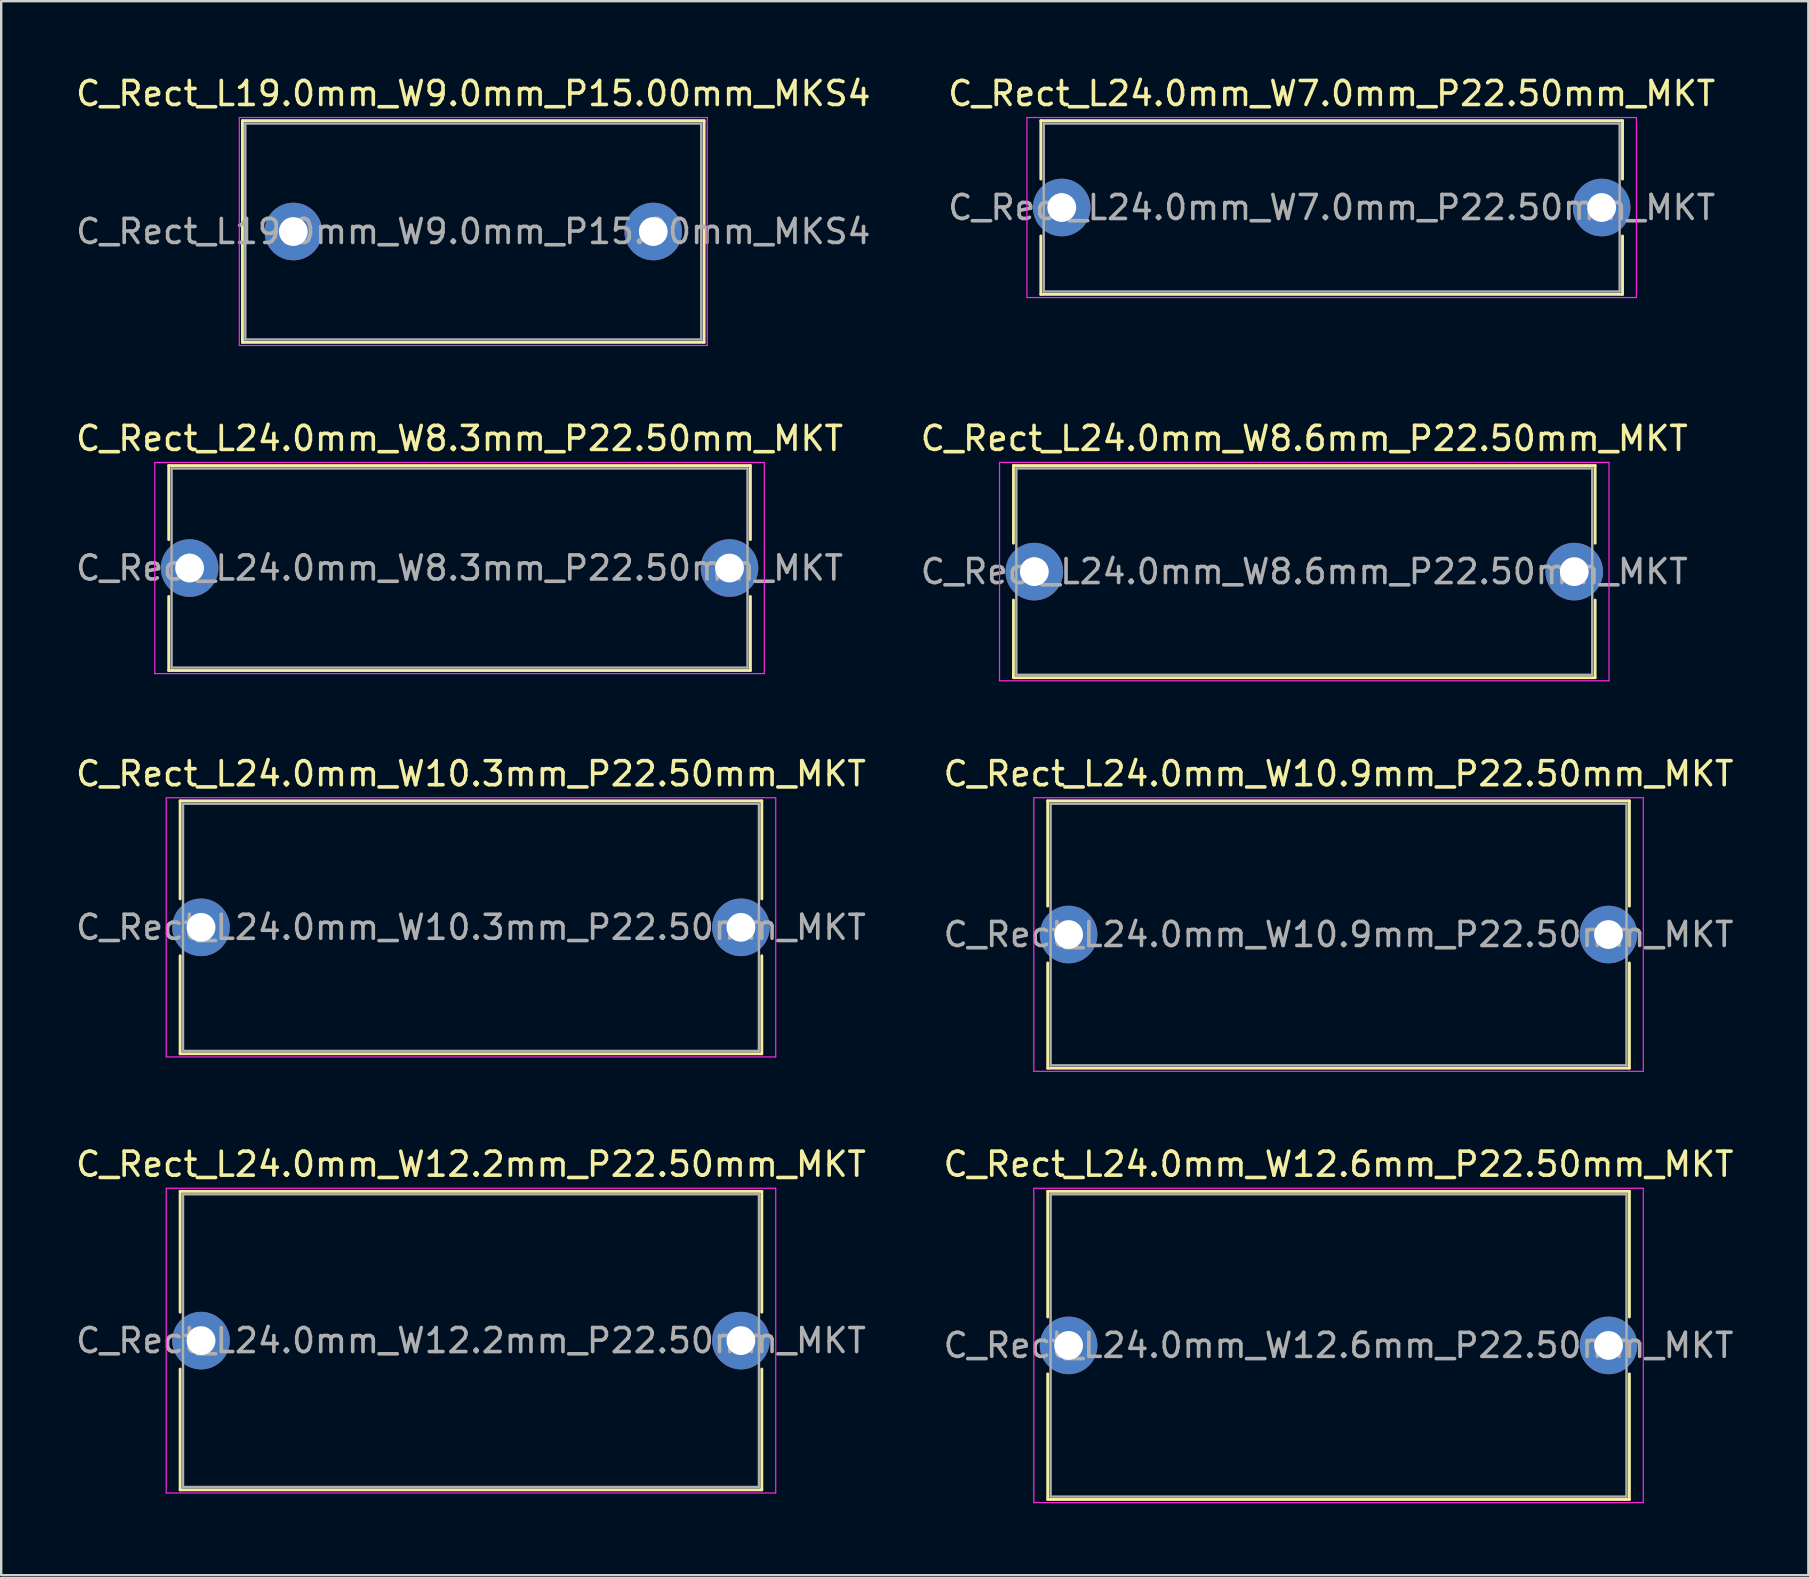
<source format=kicad_pcb>
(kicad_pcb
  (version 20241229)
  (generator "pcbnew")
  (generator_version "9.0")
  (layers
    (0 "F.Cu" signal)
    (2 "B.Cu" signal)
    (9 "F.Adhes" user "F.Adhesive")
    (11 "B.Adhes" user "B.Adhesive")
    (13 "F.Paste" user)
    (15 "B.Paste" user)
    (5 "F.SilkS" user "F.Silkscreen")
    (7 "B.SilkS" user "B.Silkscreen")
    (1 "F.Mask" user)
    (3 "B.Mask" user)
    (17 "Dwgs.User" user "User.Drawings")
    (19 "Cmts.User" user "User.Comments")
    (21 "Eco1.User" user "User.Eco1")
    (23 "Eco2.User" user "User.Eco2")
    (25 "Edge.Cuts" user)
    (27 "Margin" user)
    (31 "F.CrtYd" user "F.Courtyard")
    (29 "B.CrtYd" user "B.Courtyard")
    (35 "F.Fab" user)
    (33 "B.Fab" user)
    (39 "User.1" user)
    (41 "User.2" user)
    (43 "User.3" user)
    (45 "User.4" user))
  (footprint "C_Rect_L24.0mm_W10.9mm_P22.50mm_MKT"
    (layer "F.Cu")
    (at 41.482 35.895)
    (property "Reference" "C_Rect_L24.0mm_W10.9mm_P22.50mm_MKT" (at 11.25 -6.7 0) (layer "F.SilkS") (effects (font (size 1 1) (thickness 0.15))))
    (attr through_hole)
    (fp_line (start -0.87 -5.57) (end -0.87 -1.185) (stroke (width 0.12) (type solid)) (layer "F.SilkS"))
    (fp_line (start -0.87 -5.57) (end 23.37 -5.57) (stroke (width 0.12) (type solid)) (layer "F.SilkS"))
    (fp_line (start -0.87 1.185) (end -0.87 5.57) (stroke (width 0.12) (type solid)) (layer "F.SilkS"))
    (fp_line (start -0.87 5.57) (end 23.37 5.57) (stroke (width 0.12) (type solid)) (layer "F.SilkS"))
    (fp_line (start 23.37 -5.57) (end 23.37 -1.185) (stroke (width 0.12) (type solid)) (layer "F.SilkS"))
    (fp_line (start 23.37 1.185) (end 23.37 5.57) (stroke (width 0.12) (type solid)) (layer "F.SilkS"))
    (fp_line (start -1.45 -5.7) (end -1.45 5.7) (stroke (width 0.05) (type solid)) (layer "F.CrtYd"))
    (fp_line (start -1.45 5.7) (end 23.95 5.7) (stroke (width 0.05) (type solid)) (layer "F.CrtYd"))
    (fp_line (start 23.95 -5.7) (end -1.45 -5.7) (stroke (width 0.05) (type solid)) (layer "F.CrtYd"))
    (fp_line (start 23.95 5.7) (end 23.95 -5.7) (stroke (width 0.05) (type solid)) (layer "F.CrtYd"))
    (fp_line (start -0.75 -5.45) (end -0.75 5.45) (stroke (width 0.1) (type solid)) (layer "F.Fab"))
    (fp_line (start -0.75 5.45) (end 23.25 5.45) (stroke (width 0.1) (type solid)) (layer "F.Fab"))
    (fp_line (start 23.25 -5.45) (end -0.75 -5.45) (stroke (width 0.1) (type solid)) (layer "F.Fab"))
    (fp_line (start 23.25 5.45) (end 23.25 -5.45) (stroke (width 0.1) (type solid)) (layer "F.Fab"))
    (fp_text user "${REFERENCE}" (at 11.25 0 0) (layer "F.Fab") (effects (font (size 1 1) (thickness 0.15))))
    (pad "1" thru_hole circle (at 0 0) (size 2.4 2.4) (drill 1.2) (layers "*.Cu" "*.Mask"))
    (pad "2" thru_hole circle (at 22.5 0) (size 2.4 2.4) (drill 1.2) (layers "*.Cu" "*.Mask")))
  (footprint "C_Rect_L24.0mm_W7.0mm_P22.50mm_MKT"
    (layer "F.Cu")
    (at 41.196 5.598)
    (property "Reference" "C_Rect_L24.0mm_W7.0mm_P22.50mm_MKT" (at 11.25 -4.75 0) (layer "F.SilkS") (effects (font (size 1 1) (thickness 0.15))))
    (attr through_hole)
    (fp_line (start -0.87 -3.62) (end -0.87 -1.185) (stroke (width 0.12) (type solid)) (layer "F.SilkS"))
    (fp_line (start -0.87 -3.62) (end 23.37 -3.62) (stroke (width 0.12) (type solid)) (layer "F.SilkS"))
    (fp_line (start -0.87 1.185) (end -0.87 3.62) (stroke (width 0.12) (type solid)) (layer "F.SilkS"))
    (fp_line (start -0.87 3.62) (end 23.37 3.62) (stroke (width 0.12) (type solid)) (layer "F.SilkS"))
    (fp_line (start 23.37 -3.62) (end 23.37 -1.185) (stroke (width 0.12) (type solid)) (layer "F.SilkS"))
    (fp_line (start 23.37 1.185) (end 23.37 3.62) (stroke (width 0.12) (type solid)) (layer "F.SilkS"))
    (fp_line (start -1.45 -3.75) (end -1.45 3.75) (stroke (width 0.05) (type solid)) (layer "F.CrtYd"))
    (fp_line (start -1.45 3.75) (end 23.95 3.75) (stroke (width 0.05) (type solid)) (layer "F.CrtYd"))
    (fp_line (start 23.95 -3.75) (end -1.45 -3.75) (stroke (width 0.05) (type solid)) (layer "F.CrtYd"))
    (fp_line (start 23.95 3.75) (end 23.95 -3.75) (stroke (width 0.05) (type solid)) (layer "F.CrtYd"))
    (fp_line (start -0.75 -3.5) (end -0.75 3.5) (stroke (width 0.1) (type solid)) (layer "F.Fab"))
    (fp_line (start -0.75 3.5) (end 23.25 3.5) (stroke (width 0.1) (type solid)) (layer "F.Fab"))
    (fp_line (start 23.25 -3.5) (end -0.75 -3.5) (stroke (width 0.1) (type solid)) (layer "F.Fab"))
    (fp_line (start 23.25 3.5) (end 23.25 -3.5) (stroke (width 0.1) (type solid)) (layer "F.Fab"))
    (fp_text user "${REFERENCE}" (at 11.25 0 0) (layer "F.Fab") (effects (font (size 1 1) (thickness 0.15))))
    (pad "1" thru_hole circle (at 0 0) (size 2.4 2.4) (drill 1.2) (layers "*.Cu" "*.Mask"))
    (pad "2" thru_hole circle (at 22.5 0) (size 2.4 2.4) (drill 1.2) (layers "*.Cu" "*.Mask")))
  (footprint "C_Rect_L24.0mm_W10.3mm_P22.50mm_MKT"
    (layer "F.Cu")
    (at 5.327 35.595)
    (property "Reference" "C_Rect_L24.0mm_W10.3mm_P22.50mm_MKT" (at 11.25 -6.4 0) (layer "F.SilkS") (effects (font (size 1 1) (thickness 0.15))))
    (attr through_hole)
    (fp_line (start -0.87 -5.27) (end -0.87 -1.185) (stroke (width 0.12) (type solid)) (layer "F.SilkS"))
    (fp_line (start -0.87 -5.27) (end 23.37 -5.27) (stroke (width 0.12) (type solid)) (layer "F.SilkS"))
    (fp_line (start -0.87 1.185) (end -0.87 5.27) (stroke (width 0.12) (type solid)) (layer "F.SilkS"))
    (fp_line (start -0.87 5.27) (end 23.37 5.27) (stroke (width 0.12) (type solid)) (layer "F.SilkS"))
    (fp_line (start 23.37 -5.27) (end 23.37 -1.185) (stroke (width 0.12) (type solid)) (layer "F.SilkS"))
    (fp_line (start 23.37 1.185) (end 23.37 5.27) (stroke (width 0.12) (type solid)) (layer "F.SilkS"))
    (fp_line (start -1.45 -5.4) (end -1.45 5.4) (stroke (width 0.05) (type solid)) (layer "F.CrtYd"))
    (fp_line (start -1.45 5.4) (end 23.95 5.4) (stroke (width 0.05) (type solid)) (layer "F.CrtYd"))
    (fp_line (start 23.95 -5.4) (end -1.45 -5.4) (stroke (width 0.05) (type solid)) (layer "F.CrtYd"))
    (fp_line (start 23.95 5.4) (end 23.95 -5.4) (stroke (width 0.05) (type solid)) (layer "F.CrtYd"))
    (fp_line (start -0.75 -5.15) (end -0.75 5.15) (stroke (width 0.1) (type solid)) (layer "F.Fab"))
    (fp_line (start -0.75 5.15) (end 23.25 5.15) (stroke (width 0.1) (type solid)) (layer "F.Fab"))
    (fp_line (start 23.25 -5.15) (end -0.75 -5.15) (stroke (width 0.1) (type solid)) (layer "F.Fab"))
    (fp_line (start 23.25 5.15) (end 23.25 -5.15) (stroke (width 0.1) (type solid)) (layer "F.Fab"))
    (fp_text user "${REFERENCE}" (at 11.25 0 0) (layer "F.Fab") (effects (font (size 1 1) (thickness 0.15))))
    (pad "1" thru_hole circle (at 0 0) (size 2.4 2.4) (drill 1.2) (layers "*.Cu" "*.Mask"))
    (pad "2" thru_hole circle (at 22.5 0) (size 2.4 2.4) (drill 1.2) (layers "*.Cu" "*.Mask")))
  (footprint "C_Rect_L24.0mm_W8.6mm_P22.50mm_MKT"
    (layer "F.Cu")
    (at 40.054 20.771)
    (property "Reference" "C_Rect_L24.0mm_W8.6mm_P22.50mm_MKT" (at 11.25 -5.55 0) (layer "F.SilkS") (effects (font (size 1 1) (thickness 0.15))))
    (attr through_hole)
    (fp_line (start -0.87 -4.42) (end -0.87 -1.185) (stroke (width 0.12) (type solid)) (layer "F.SilkS"))
    (fp_line (start -0.87 -4.42) (end 23.37 -4.42) (stroke (width 0.12) (type solid)) (layer "F.SilkS"))
    (fp_line (start -0.87 1.185) (end -0.87 4.42) (stroke (width 0.12) (type solid)) (layer "F.SilkS"))
    (fp_line (start -0.87 4.42) (end 23.37 4.42) (stroke (width 0.12) (type solid)) (layer "F.SilkS"))
    (fp_line (start 23.37 -4.42) (end 23.37 -1.185) (stroke (width 0.12) (type solid)) (layer "F.SilkS"))
    (fp_line (start 23.37 1.185) (end 23.37 4.42) (stroke (width 0.12) (type solid)) (layer "F.SilkS"))
    (fp_line (start -1.45 -4.55) (end -1.45 4.55) (stroke (width 0.05) (type solid)) (layer "F.CrtYd"))
    (fp_line (start -1.45 4.55) (end 23.95 4.55) (stroke (width 0.05) (type solid)) (layer "F.CrtYd"))
    (fp_line (start 23.95 -4.55) (end -1.45 -4.55) (stroke (width 0.05) (type solid)) (layer "F.CrtYd"))
    (fp_line (start 23.95 4.55) (end 23.95 -4.55) (stroke (width 0.05) (type solid)) (layer "F.CrtYd"))
    (fp_line (start -0.75 -4.3) (end -0.75 4.3) (stroke (width 0.1) (type solid)) (layer "F.Fab"))
    (fp_line (start -0.75 4.3) (end 23.25 4.3) (stroke (width 0.1) (type solid)) (layer "F.Fab"))
    (fp_line (start 23.25 -4.3) (end -0.75 -4.3) (stroke (width 0.1) (type solid)) (layer "F.Fab"))
    (fp_line (start 23.25 4.3) (end 23.25 -4.3) (stroke (width 0.1) (type solid)) (layer "F.Fab"))
    (fp_text user "${REFERENCE}" (at 11.25 0 0) (layer "F.Fab") (effects (font (size 1 1) (thickness 0.15))))
    (pad "1" thru_hole circle (at 0 0) (size 2.4 2.4) (drill 1.2) (layers "*.Cu" "*.Mask"))
    (pad "2" thru_hole circle (at 22.5 0) (size 2.4 2.4) (drill 1.2) (layers "*.Cu" "*.Mask")))
  (footprint "C_Rect_L24.0mm_W12.2mm_P22.50mm_MKT"
    (layer "F.Cu")
    (at 5.327 52.818)
    (property "Reference" "C_Rect_L24.0mm_W12.2mm_P22.50mm_MKT" (at 11.25 -7.35 0) (layer "F.SilkS") (effects (font (size 1 1) (thickness 0.15))))
    (attr through_hole)
    (fp_line (start -0.87 -6.22) (end -0.87 -1.185) (stroke (width 0.12) (type solid)) (layer "F.SilkS"))
    (fp_line (start -0.87 -6.22) (end 23.37 -6.22) (stroke (width 0.12) (type solid)) (layer "F.SilkS"))
    (fp_line (start -0.87 1.185) (end -0.87 6.22) (stroke (width 0.12) (type solid)) (layer "F.SilkS"))
    (fp_line (start -0.87 6.22) (end 23.37 6.22) (stroke (width 0.12) (type solid)) (layer "F.SilkS"))
    (fp_line (start 23.37 -6.22) (end 23.37 -1.185) (stroke (width 0.12) (type solid)) (layer "F.SilkS"))
    (fp_line (start 23.37 1.185) (end 23.37 6.22) (stroke (width 0.12) (type solid)) (layer "F.SilkS"))
    (fp_line (start -1.45 -6.35) (end -1.45 6.35) (stroke (width 0.05) (type solid)) (layer "F.CrtYd"))
    (fp_line (start -1.45 6.35) (end 23.95 6.35) (stroke (width 0.05) (type solid)) (layer "F.CrtYd"))
    (fp_line (start 23.95 -6.35) (end -1.45 -6.35) (stroke (width 0.05) (type solid)) (layer "F.CrtYd"))
    (fp_line (start 23.95 6.35) (end 23.95 -6.35) (stroke (width 0.05) (type solid)) (layer "F.CrtYd"))
    (fp_line (start -0.75 -6.1) (end -0.75 6.1) (stroke (width 0.1) (type solid)) (layer "F.Fab"))
    (fp_line (start -0.75 6.1) (end 23.25 6.1) (stroke (width 0.1) (type solid)) (layer "F.Fab"))
    (fp_line (start 23.25 -6.1) (end -0.75 -6.1) (stroke (width 0.1) (type solid)) (layer "F.Fab"))
    (fp_line (start 23.25 6.1) (end 23.25 -6.1) (stroke (width 0.1) (type solid)) (layer "F.Fab"))
    (fp_text user "${REFERENCE}" (at 11.25 0 0) (layer "F.Fab") (effects (font (size 1 1) (thickness 0.15))))
    (pad "1" thru_hole circle (at 0 0) (size 2.4 2.4) (drill 1.2) (layers "*.Cu" "*.Mask"))
    (pad "2" thru_hole circle (at 22.5 0) (size 2.4 2.4) (drill 1.2) (layers "*.Cu" "*.Mask")))
  (footprint "C_Rect_L24.0mm_W12.6mm_P22.50mm_MKT"
    (layer "F.Cu")
    (at 41.482 53.018)
    (property "Reference" "C_Rect_L24.0mm_W12.6mm_P22.50mm_MKT" (at 11.25 -7.55 0) (layer "F.SilkS") (effects (font (size 1 1) (thickness 0.15))))
    (attr through_hole)
    (fp_line (start -0.87 -6.42) (end -0.87 -1.185) (stroke (width 0.12) (type solid)) (layer "F.SilkS"))
    (fp_line (start -0.87 -6.42) (end 23.37 -6.42) (stroke (width 0.12) (type solid)) (layer "F.SilkS"))
    (fp_line (start -0.87 1.185) (end -0.87 6.42) (stroke (width 0.12) (type solid)) (layer "F.SilkS"))
    (fp_line (start -0.87 6.42) (end 23.37 6.42) (stroke (width 0.12) (type solid)) (layer "F.SilkS"))
    (fp_line (start 23.37 -6.42) (end 23.37 -1.185) (stroke (width 0.12) (type solid)) (layer "F.SilkS"))
    (fp_line (start 23.37 1.185) (end 23.37 6.42) (stroke (width 0.12) (type solid)) (layer "F.SilkS"))
    (fp_line (start -1.45 -6.55) (end -1.45 6.55) (stroke (width 0.05) (type solid)) (layer "F.CrtYd"))
    (fp_line (start -1.45 6.55) (end 23.95 6.55) (stroke (width 0.05) (type solid)) (layer "F.CrtYd"))
    (fp_line (start 23.95 -6.55) (end -1.45 -6.55) (stroke (width 0.05) (type solid)) (layer "F.CrtYd"))
    (fp_line (start 23.95 6.55) (end 23.95 -6.55) (stroke (width 0.05) (type solid)) (layer "F.CrtYd"))
    (fp_line (start -0.75 -6.3) (end -0.75 6.3) (stroke (width 0.1) (type solid)) (layer "F.Fab"))
    (fp_line (start -0.75 6.3) (end 23.25 6.3) (stroke (width 0.1) (type solid)) (layer "F.Fab"))
    (fp_line (start 23.25 -6.3) (end -0.75 -6.3) (stroke (width 0.1) (type solid)) (layer "F.Fab"))
    (fp_line (start 23.25 6.3) (end 23.25 -6.3) (stroke (width 0.1) (type solid)) (layer "F.Fab"))
    (fp_text user "${REFERENCE}" (at 11.25 0 0) (layer "F.Fab") (effects (font (size 1 1) (thickness 0.15))))
    (pad "1" thru_hole circle (at 0 0) (size 2.4 2.4) (drill 1.2) (layers "*.Cu" "*.Mask"))
    (pad "2" thru_hole circle (at 22.5 0) (size 2.4 2.4) (drill 1.2) (layers "*.Cu" "*.Mask")))
  (footprint "C_Rect_L19.0mm_W9.0mm_P15.00mm_MKS4"
    (layer "F.Cu")
    (at 9.173 6.598)
    (property "Reference" "C_Rect_L19.0mm_W9.0mm_P15.00mm_MKS4" (at 7.5 -5.75 0) (layer "F.SilkS") (effects (font (size 1 1) (thickness 0.15))))
    (attr through_hole)
    (fp_line (start -2.12 -4.62) (end -2.12 4.62) (stroke (width 0.12) (type solid)) (layer "F.SilkS"))
    (fp_line (start -2.12 -4.62) (end 17.12 -4.62) (stroke (width 0.12) (type solid)) (layer "F.SilkS"))
    (fp_line (start -2.12 4.62) (end 17.12 4.62) (stroke (width 0.12) (type solid)) (layer "F.SilkS"))
    (fp_line (start 17.12 -4.62) (end 17.12 4.62) (stroke (width 0.12) (type solid)) (layer "F.SilkS"))
    (fp_line (start -2.25 -4.75) (end -2.25 4.75) (stroke (width 0.05) (type solid)) (layer "F.CrtYd"))
    (fp_line (start -2.25 4.75) (end 17.25 4.75) (stroke (width 0.05) (type solid)) (layer "F.CrtYd"))
    (fp_line (start 17.25 -4.75) (end -2.25 -4.75) (stroke (width 0.05) (type solid)) (layer "F.CrtYd"))
    (fp_line (start 17.25 4.75) (end 17.25 -4.75) (stroke (width 0.05) (type solid)) (layer "F.CrtYd"))
    (fp_line (start -2 -4.5) (end -2 4.5) (stroke (width 0.1) (type solid)) (layer "F.Fab"))
    (fp_line (start -2 4.5) (end 17 4.5) (stroke (width 0.1) (type solid)) (layer "F.Fab"))
    (fp_line (start 17 -4.5) (end -2 -4.5) (stroke (width 0.1) (type solid)) (layer "F.Fab"))
    (fp_line (start 17 4.5) (end 17 -4.5) (stroke (width 0.1) (type solid)) (layer "F.Fab"))
    (fp_text user "${REFERENCE}" (at 7.5 0 0) (layer "F.Fab") (effects (font (size 1 1) (thickness 0.15))))
    (pad "1" thru_hole circle (at 0 0) (size 2.4 2.4) (drill 1.2) (layers "*.Cu" "*.Mask"))
    (pad "2" thru_hole circle (at 15 0) (size 2.4 2.4) (drill 1.2) (layers "*.Cu" "*.Mask")))
  (footprint "C_Rect_L24.0mm_W8.3mm_P22.50mm_MKT"
    (layer "F.Cu")
    (at 4.851 20.622)
    (property "Reference" "C_Rect_L24.0mm_W8.3mm_P22.50mm_MKT" (at 11.25 -5.4 0) (layer "F.SilkS") (effects (font (size 1 1) (thickness 0.15))))
    (attr through_hole)
    (fp_line (start -0.87 -4.27) (end -0.87 -1.185) (stroke (width 0.12) (type solid)) (layer "F.SilkS"))
    (fp_line (start -0.87 -4.27) (end 23.37 -4.27) (stroke (width 0.12) (type solid)) (layer "F.SilkS"))
    (fp_line (start -0.87 1.185) (end -0.87 4.27) (stroke (width 0.12) (type solid)) (layer "F.SilkS"))
    (fp_line (start -0.87 4.27) (end 23.37 4.27) (stroke (width 0.12) (type solid)) (layer "F.SilkS"))
    (fp_line (start 23.37 -4.27) (end 23.37 -1.185) (stroke (width 0.12) (type solid)) (layer "F.SilkS"))
    (fp_line (start 23.37 1.185) (end 23.37 4.27) (stroke (width 0.12) (type solid)) (layer "F.SilkS"))
    (fp_line (start -1.45 -4.4) (end -1.45 4.4) (stroke (width 0.05) (type solid)) (layer "F.CrtYd"))
    (fp_line (start -1.45 4.4) (end 23.95 4.4) (stroke (width 0.05) (type solid)) (layer "F.CrtYd"))
    (fp_line (start 23.95 -4.4) (end -1.45 -4.4) (stroke (width 0.05) (type solid)) (layer "F.CrtYd"))
    (fp_line (start 23.95 4.4) (end 23.95 -4.4) (stroke (width 0.05) (type solid)) (layer "F.CrtYd"))
    (fp_line (start -0.75 -4.15) (end -0.75 4.15) (stroke (width 0.1) (type solid)) (layer "F.Fab"))
    (fp_line (start -0.75 4.15) (end 23.25 4.15) (stroke (width 0.1) (type solid)) (layer "F.Fab"))
    (fp_line (start 23.25 -4.15) (end -0.75 -4.15) (stroke (width 0.1) (type solid)) (layer "F.Fab"))
    (fp_line (start 23.25 4.15) (end 23.25 -4.15) (stroke (width 0.1) (type solid)) (layer "F.Fab"))
    (fp_text user "${REFERENCE}" (at 11.25 0 0) (layer "F.Fab") (effects (font (size 1 1) (thickness 0.15))))
    (pad "1" thru_hole circle (at 0 0) (size 2.4 2.4) (drill 1.2) (layers "*.Cu" "*.Mask"))
    (pad "2" thru_hole circle (at 22.5 0) (size 2.4 2.4) (drill 1.2) (layers "*.Cu" "*.Mask")))
  (gr_rect
    (start -3 -3)
    (end 72.31 62.593)
    (stroke (width 0.1) (type default))
    (fill no)
    (layer "Edge.Cuts")))
</source>
